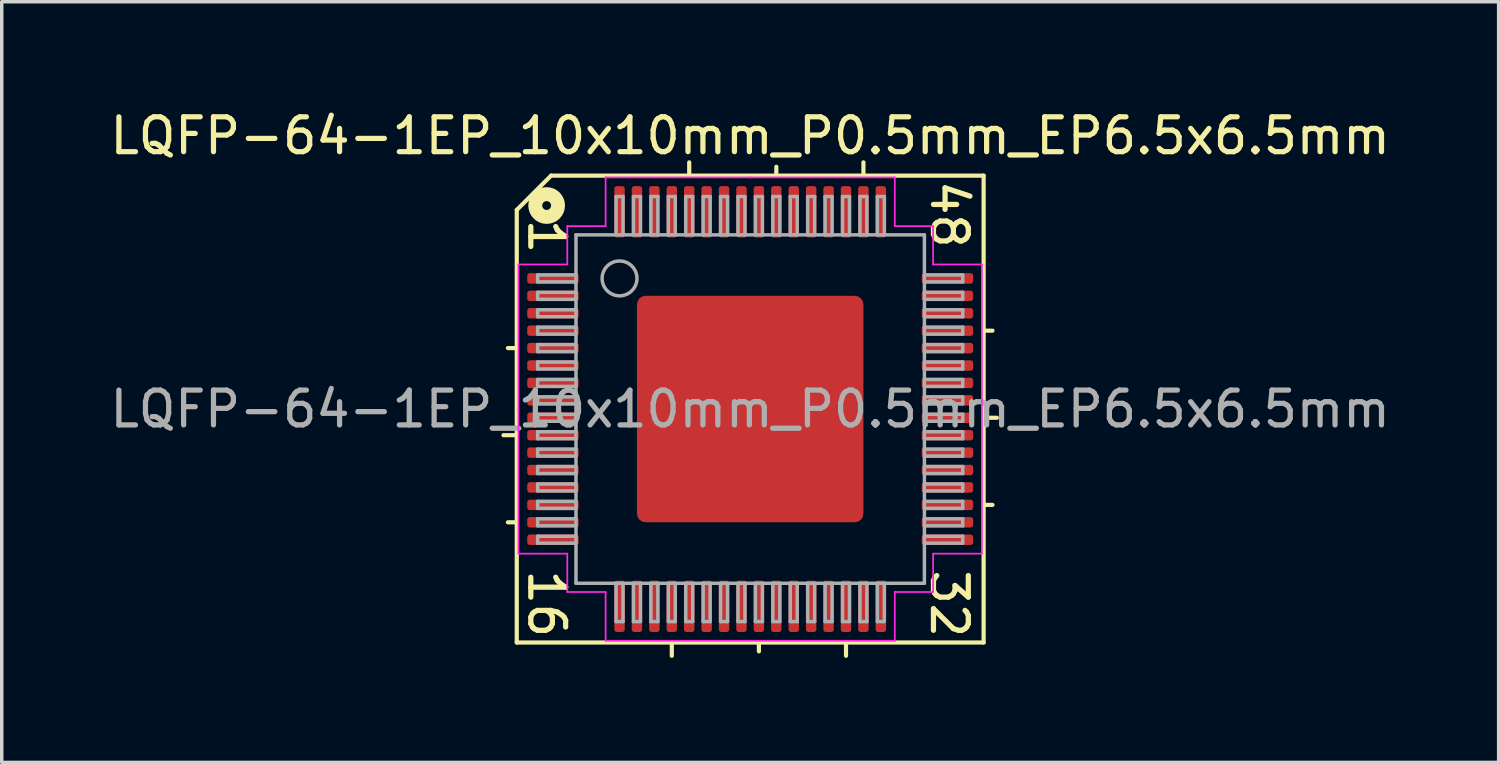
<source format=kicad_pcb>
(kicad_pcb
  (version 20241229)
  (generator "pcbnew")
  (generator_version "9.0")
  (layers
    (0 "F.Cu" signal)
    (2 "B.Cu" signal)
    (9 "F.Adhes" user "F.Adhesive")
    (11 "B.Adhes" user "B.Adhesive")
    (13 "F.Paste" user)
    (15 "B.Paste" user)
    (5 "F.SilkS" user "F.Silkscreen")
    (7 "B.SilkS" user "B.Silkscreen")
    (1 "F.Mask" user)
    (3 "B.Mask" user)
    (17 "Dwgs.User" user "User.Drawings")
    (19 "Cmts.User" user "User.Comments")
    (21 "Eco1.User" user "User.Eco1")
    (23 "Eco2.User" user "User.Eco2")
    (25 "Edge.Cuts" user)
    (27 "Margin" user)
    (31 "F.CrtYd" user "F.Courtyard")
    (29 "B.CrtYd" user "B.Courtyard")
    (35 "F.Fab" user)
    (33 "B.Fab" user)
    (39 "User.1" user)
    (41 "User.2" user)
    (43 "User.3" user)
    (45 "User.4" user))
  (footprint "LQFP-64-1EP_10x10mm_P0.5mm_EP6.5x6.5mm"
    (layer "F.Cu")
    (at 18.482 8.691)
    (property "Reference" "LQFP-64-1EP_10x10mm_P0.5mm_EP6.5x6.5mm" (at 0 -7.843 0) (layer "F.SilkS") (effects (font (size 1 1) (thickness 0.15))))
    (attr smd)
    (fp_line (start -6.7 -5.715) (end -6.7 6.7) (stroke (width 0.12) (type solid)) (layer "F.SilkS"))
    (fp_line (start -6.7 -1.75) (end -6.954 -1.75) (stroke (width 0.12) (type solid)) (layer "F.SilkS"))
    (fp_line (start -6.7 0.75) (end -7.081 0.75) (stroke (width 0.12) (type solid)) (layer "F.SilkS"))
    (fp_line (start -6.7 3.25) (end -6.954 3.25) (stroke (width 0.12) (type solid)) (layer "F.SilkS"))
    (fp_line (start -6.7 6.7) (end 6.7 6.7) (stroke (width 0.12) (type solid)) (layer "F.SilkS"))
    (fp_line (start -5.715 -6.7) (end -6.7 -5.715) (stroke (width 0.12) (type solid)) (layer "F.SilkS"))
    (fp_line (start -2.25 6.7) (end -2.25 7.081) (stroke (width 0.12) (type solid)) (layer "F.SilkS"))
    (fp_line (start -1.75 -6.7) (end -1.75 -7.081) (stroke (width 0.12) (type solid)) (layer "F.SilkS"))
    (fp_line (start 0.25 6.7) (end 0.25 6.954) (stroke (width 0.12) (type solid)) (layer "F.SilkS"))
    (fp_line (start 0.75 -6.7) (end 0.75 -6.954) (stroke (width 0.12) (type solid)) (layer "F.SilkS"))
    (fp_line (start 2.75 7.081) (end 2.75 6.7) (stroke (width 0.12) (type solid)) (layer "F.SilkS"))
    (fp_line (start 3.25 -6.7) (end 3.25 -7.081) (stroke (width 0.12) (type solid)) (layer "F.SilkS"))
    (fp_line (start 6.7 -6.7) (end -5.715 -6.7) (stroke (width 0.12) (type solid)) (layer "F.SilkS"))
    (fp_line (start 6.7 -2.25) (end 6.954 -2.25) (stroke (width 0.12) (type solid)) (layer "F.SilkS"))
    (fp_line (start 6.7 0.25) (end 7.081 0.25) (stroke (width 0.12) (type solid)) (layer "F.SilkS"))
    (fp_line (start 6.7 2.75) (end 6.954 2.75) (stroke (width 0.12) (type solid)) (layer "F.SilkS"))
    (fp_line (start 6.7 6.7) (end 6.7 -6.7) (stroke (width 0.12) (type solid)) (layer "F.SilkS"))
    (fp_circle (center -5.842 -5.842) (end -5.715 -5.842) (stroke (width 0.4) (type solid)) (fill no) (layer "F.SilkS"))
    (fp_line (start -6.65 -4.15) (end -6.65 0) (stroke (width 0.05) (type solid)) (layer "F.CrtYd"))
    (fp_line (start -6.65 4.15) (end -6.65 0) (stroke (width 0.05) (type solid)) (layer "F.CrtYd"))
    (fp_line (start -5.25 -5.25) (end -5.25 -4.15) (stroke (width 0.05) (type solid)) (layer "F.CrtYd"))
    (fp_line (start -5.25 -4.15) (end -6.65 -4.15) (stroke (width 0.05) (type solid)) (layer "F.CrtYd"))
    (fp_line (start -5.25 4.15) (end -6.65 4.15) (stroke (width 0.05) (type solid)) (layer "F.CrtYd"))
    (fp_line (start -5.25 5.25) (end -5.25 4.15) (stroke (width 0.05) (type solid)) (layer "F.CrtYd"))
    (fp_line (start -4.15 -6.65) (end -4.15 -5.25) (stroke (width 0.05) (type solid)) (layer "F.CrtYd"))
    (fp_line (start -4.15 -5.25) (end -5.25 -5.25) (stroke (width 0.05) (type solid)) (layer "F.CrtYd"))
    (fp_line (start -4.15 5.25) (end -5.25 5.25) (stroke (width 0.05) (type solid)) (layer "F.CrtYd"))
    (fp_line (start -4.15 6.65) (end -4.15 5.25) (stroke (width 0.05) (type solid)) (layer "F.CrtYd"))
    (fp_line (start 0 -6.65) (end -4.15 -6.65) (stroke (width 0.05) (type solid)) (layer "F.CrtYd"))
    (fp_line (start 0 -6.65) (end 4.15 -6.65) (stroke (width 0.05) (type solid)) (layer "F.CrtYd"))
    (fp_line (start 0 6.65) (end -4.15 6.65) (stroke (width 0.05) (type solid)) (layer "F.CrtYd"))
    (fp_line (start 0 6.65) (end 4.15 6.65) (stroke (width 0.05) (type solid)) (layer "F.CrtYd"))
    (fp_line (start 4.15 -6.65) (end 4.15 -5.25) (stroke (width 0.05) (type solid)) (layer "F.CrtYd"))
    (fp_line (start 4.15 -5.25) (end 5.25 -5.25) (stroke (width 0.05) (type solid)) (layer "F.CrtYd"))
    (fp_line (start 4.15 5.25) (end 5.25 5.25) (stroke (width 0.05) (type solid)) (layer "F.CrtYd"))
    (fp_line (start 4.15 6.65) (end 4.15 5.25) (stroke (width 0.05) (type solid)) (layer "F.CrtYd"))
    (fp_line (start 5.25 -5.25) (end 5.25 -4.15) (stroke (width 0.05) (type solid)) (layer "F.CrtYd"))
    (fp_line (start 5.25 -4.15) (end 6.65 -4.15) (stroke (width 0.05) (type solid)) (layer "F.CrtYd"))
    (fp_line (start 5.25 4.15) (end 6.65 4.15) (stroke (width 0.05) (type solid)) (layer "F.CrtYd"))
    (fp_line (start 5.25 5.25) (end 5.25 4.15) (stroke (width 0.05) (type solid)) (layer "F.CrtYd"))
    (fp_line (start 6.65 -4.15) (end 6.65 0) (stroke (width 0.05) (type solid)) (layer "F.CrtYd"))
    (fp_line (start 6.65 4.15) (end 6.65 0) (stroke (width 0.05) (type solid)) (layer "F.CrtYd"))
    (fp_line (start -6.1 -3.85) (end -6.1 -3.65) (stroke (width 0.1) (type solid)) (layer "F.Fab"))
    (fp_line (start -6.1 -3.85) (end -5 -3.85) (stroke (width 0.1) (type solid)) (layer "F.Fab"))
    (fp_line (start -6.1 -3.65) (end -5 -3.65) (stroke (width 0.1) (type solid)) (layer "F.Fab"))
    (fp_line (start -6.1 -3.35) (end -6.1 -3.15) (stroke (width 0.1) (type solid)) (layer "F.Fab"))
    (fp_line (start -6.1 -3.35) (end -5 -3.35) (stroke (width 0.1) (type solid)) (layer "F.Fab"))
    (fp_line (start -6.1 -3.15) (end -5 -3.15) (stroke (width 0.1) (type solid)) (layer "F.Fab"))
    (fp_line (start -6.1 -2.85) (end -6.1 -2.65) (stroke (width 0.1) (type solid)) (layer "F.Fab"))
    (fp_line (start -6.1 -2.85) (end -5 -2.85) (stroke (width 0.1) (type solid)) (layer "F.Fab"))
    (fp_line (start -6.1 -2.65) (end -5 -2.65) (stroke (width 0.1) (type solid)) (layer "F.Fab"))
    (fp_line (start -6.1 -2.35) (end -6.1 -2.15) (stroke (width 0.1) (type solid)) (layer "F.Fab"))
    (fp_line (start -6.1 -2.35) (end -5 -2.35) (stroke (width 0.1) (type solid)) (layer "F.Fab"))
    (fp_line (start -6.1 -2.15) (end -5 -2.15) (stroke (width 0.1) (type solid)) (layer "F.Fab"))
    (fp_line (start -6.1 -1.85) (end -6.1 -1.65) (stroke (width 0.1) (type solid)) (layer "F.Fab"))
    (fp_line (start -6.1 -1.85) (end -5 -1.85) (stroke (width 0.1) (type solid)) (layer "F.Fab"))
    (fp_line (start -6.1 -1.65) (end -5 -1.65) (stroke (width 0.1) (type solid)) (layer "F.Fab"))
    (fp_line (start -6.1 -1.35) (end -6.1 -1.15) (stroke (width 0.1) (type solid)) (layer "F.Fab"))
    (fp_line (start -6.1 -1.35) (end -5 -1.35) (stroke (width 0.1) (type solid)) (layer "F.Fab"))
    (fp_line (start -6.1 -1.15) (end -5 -1.15) (stroke (width 0.1) (type solid)) (layer "F.Fab"))
    (fp_line (start -6.1 -0.85) (end -6.1 -0.65) (stroke (width 0.1) (type solid)) (layer "F.Fab"))
    (fp_line (start -6.1 -0.85) (end -5 -0.85) (stroke (width 0.1) (type solid)) (layer "F.Fab"))
    (fp_line (start -6.1 -0.65) (end -5 -0.65) (stroke (width 0.1) (type solid)) (layer "F.Fab"))
    (fp_line (start -6.1 -0.35) (end -6.1 -0.15) (stroke (width 0.1) (type solid)) (layer "F.Fab"))
    (fp_line (start -6.1 -0.35) (end -5 -0.35) (stroke (width 0.1) (type solid)) (layer "F.Fab"))
    (fp_line (start -6.1 -0.15) (end -5 -0.15) (stroke (width 0.1) (type solid)) (layer "F.Fab"))
    (fp_line (start -6.1 0.15) (end -6.1 0.35) (stroke (width 0.1) (type solid)) (layer "F.Fab"))
    (fp_line (start -6.1 0.15) (end -5 0.15) (stroke (width 0.1) (type solid)) (layer "F.Fab"))
    (fp_line (start -6.1 0.35) (end -5 0.35) (stroke (width 0.1) (type solid)) (layer "F.Fab"))
    (fp_line (start -6.1 0.65) (end -6.1 0.85) (stroke (width 0.1) (type solid)) (layer "F.Fab"))
    (fp_line (start -6.1 0.65) (end -5 0.65) (stroke (width 0.1) (type solid)) (layer "F.Fab"))
    (fp_line (start -6.1 0.85) (end -5 0.85) (stroke (width 0.1) (type solid)) (layer "F.Fab"))
    (fp_line (start -6.1 1.15) (end -6.1 1.35) (stroke (width 0.1) (type solid)) (layer "F.Fab"))
    (fp_line (start -6.1 1.15) (end -5 1.15) (stroke (width 0.1) (type solid)) (layer "F.Fab"))
    (fp_line (start -6.1 1.35) (end -5 1.35) (stroke (width 0.1) (type solid)) (layer "F.Fab"))
    (fp_line (start -6.1 1.65) (end -6.1 1.85) (stroke (width 0.1) (type solid)) (layer "F.Fab"))
    (fp_line (start -6.1 1.65) (end -5 1.65) (stroke (width 0.1) (type solid)) (layer "F.Fab"))
    (fp_line (start -6.1 1.85) (end -5 1.85) (stroke (width 0.1) (type solid)) (layer "F.Fab"))
    (fp_line (start -6.1 2.15) (end -6.1 2.35) (stroke (width 0.1) (type solid)) (layer "F.Fab"))
    (fp_line (start -6.1 2.15) (end -5 2.15) (stroke (width 0.1) (type solid)) (layer "F.Fab"))
    (fp_line (start -6.1 2.35) (end -5 2.35) (stroke (width 0.1) (type solid)) (layer "F.Fab"))
    (fp_line (start -6.1 2.65) (end -6.1 2.85) (stroke (width 0.1) (type solid)) (layer "F.Fab"))
    (fp_line (start -6.1 2.65) (end -5 2.65) (stroke (width 0.1) (type solid)) (layer "F.Fab"))
    (fp_line (start -6.1 2.85) (end -5 2.85) (stroke (width 0.1) (type solid)) (layer "F.Fab"))
    (fp_line (start -6.1 3.15) (end -6.1 3.35) (stroke (width 0.1) (type solid)) (layer "F.Fab"))
    (fp_line (start -6.1 3.15) (end -5 3.15) (stroke (width 0.1) (type solid)) (layer "F.Fab"))
    (fp_line (start -6.1 3.35) (end -5 3.35) (stroke (width 0.1) (type solid)) (layer "F.Fab"))
    (fp_line (start -6.1 3.65) (end -6.1 3.85) (stroke (width 0.1) (type solid)) (layer "F.Fab"))
    (fp_line (start -6.1 3.65) (end -5 3.65) (stroke (width 0.1) (type solid)) (layer "F.Fab"))
    (fp_line (start -6.1 3.85) (end -5 3.85) (stroke (width 0.1) (type solid)) (layer "F.Fab"))
    (fp_line (start -5 -5) (end 5 -5) (stroke (width 0.1) (type solid)) (layer "F.Fab"))
    (fp_line (start -5 5) (end -5 -5) (stroke (width 0.1) (type solid)) (layer "F.Fab"))
    (fp_line (start -3.85 -6.1) (end -3.85 -5) (stroke (width 0.1) (type solid)) (layer "F.Fab"))
    (fp_line (start -3.85 6.1) (end -3.85 5) (stroke (width 0.1) (type solid)) (layer "F.Fab"))
    (fp_line (start -3.85 6.1) (end -3.65 6.1) (stroke (width 0.1) (type solid)) (layer "F.Fab"))
    (fp_line (start -3.65 -6.1) (end -3.85 -6.1) (stroke (width 0.1) (type solid)) (layer "F.Fab"))
    (fp_line (start -3.65 -6.1) (end -3.65 -5) (stroke (width 0.1) (type solid)) (layer "F.Fab"))
    (fp_line (start -3.65 6.1) (end -3.65 5) (stroke (width 0.1) (type solid)) (layer "F.Fab"))
    (fp_line (start -3.35 -6.1) (end -3.35 -5) (stroke (width 0.1) (type solid)) (layer "F.Fab"))
    (fp_line (start -3.35 6.1) (end -3.35 5) (stroke (width 0.1) (type solid)) (layer "F.Fab"))
    (fp_line (start -3.35 6.1) (end -3.15 6.1) (stroke (width 0.1) (type solid)) (layer "F.Fab"))
    (fp_line (start -3.15 -6.1) (end -3.35 -6.1) (stroke (width 0.1) (type solid)) (layer "F.Fab"))
    (fp_line (start -3.15 -6.1) (end -3.15 -5) (stroke (width 0.1) (type solid)) (layer "F.Fab"))
    (fp_line (start -3.15 6.1) (end -3.15 5) (stroke (width 0.1) (type solid)) (layer "F.Fab"))
    (fp_line (start -2.85 -6.1) (end -2.85 -5) (stroke (width 0.1) (type solid)) (layer "F.Fab"))
    (fp_line (start -2.85 6.1) (end -2.85 5) (stroke (width 0.1) (type solid)) (layer "F.Fab"))
    (fp_line (start -2.85 6.1) (end -2.65 6.1) (stroke (width 0.1) (type solid)) (layer "F.Fab"))
    (fp_line (start -2.65 -6.1) (end -2.85 -6.1) (stroke (width 0.1) (type solid)) (layer "F.Fab"))
    (fp_line (start -2.65 -6.1) (end -2.65 -5) (stroke (width 0.1) (type solid)) (layer "F.Fab"))
    (fp_line (start -2.65 6.1) (end -2.65 5) (stroke (width 0.1) (type solid)) (layer "F.Fab"))
    (fp_line (start -2.35 -6.1) (end -2.35 -5) (stroke (width 0.1) (type solid)) (layer "F.Fab"))
    (fp_line (start -2.35 6.1) (end -2.35 5) (stroke (width 0.1) (type solid)) (layer "F.Fab"))
    (fp_line (start -2.35 6.1) (end -2.15 6.1) (stroke (width 0.1) (type solid)) (layer "F.Fab"))
    (fp_line (start -2.15 -6.1) (end -2.35 -6.1) (stroke (width 0.1) (type solid)) (layer "F.Fab"))
    (fp_line (start -2.15 -6.1) (end -2.15 -5) (stroke (width 0.1) (type solid)) (layer "F.Fab"))
    (fp_line (start -2.15 6.1) (end -2.15 5) (stroke (width 0.1) (type solid)) (layer "F.Fab"))
    (fp_line (start -1.85 -6.1) (end -1.85 -5) (stroke (width 0.1) (type solid)) (layer "F.Fab"))
    (fp_line (start -1.85 6.1) (end -1.85 5) (stroke (width 0.1) (type solid)) (layer "F.Fab"))
    (fp_line (start -1.85 6.1) (end -1.65 6.1) (stroke (width 0.1) (type solid)) (layer "F.Fab"))
    (fp_line (start -1.65 -6.1) (end -1.85 -6.1) (stroke (width 0.1) (type solid)) (layer "F.Fab"))
    (fp_line (start -1.65 -6.1) (end -1.65 -5) (stroke (width 0.1) (type solid)) (layer "F.Fab"))
    (fp_line (start -1.65 6.1) (end -1.65 5) (stroke (width 0.1) (type solid)) (layer "F.Fab"))
    (fp_line (start -1.35 -6.1) (end -1.35 -5) (stroke (width 0.1) (type solid)) (layer "F.Fab"))
    (fp_line (start -1.35 6.1) (end -1.35 5) (stroke (width 0.1) (type solid)) (layer "F.Fab"))
    (fp_line (start -1.35 6.1) (end -1.15 6.1) (stroke (width 0.1) (type solid)) (layer "F.Fab"))
    (fp_line (start -1.15 -6.1) (end -1.35 -6.1) (stroke (width 0.1) (type solid)) (layer "F.Fab"))
    (fp_line (start -1.15 -6.1) (end -1.15 -5) (stroke (width 0.1) (type solid)) (layer "F.Fab"))
    (fp_line (start -1.15 6.1) (end -1.15 5) (stroke (width 0.1) (type solid)) (layer "F.Fab"))
    (fp_line (start -0.85 -6.1) (end -0.85 -5) (stroke (width 0.1) (type solid)) (layer "F.Fab"))
    (fp_line (start -0.85 6.1) (end -0.85 5) (stroke (width 0.1) (type solid)) (layer "F.Fab"))
    (fp_line (start -0.85 6.1) (end -0.65 6.1) (stroke (width 0.1) (type solid)) (layer "F.Fab"))
    (fp_line (start -0.65 -6.1) (end -0.85 -6.1) (stroke (width 0.1) (type solid)) (layer "F.Fab"))
    (fp_line (start -0.65 -6.1) (end -0.65 -5) (stroke (width 0.1) (type solid)) (layer "F.Fab"))
    (fp_line (start -0.65 6.1) (end -0.65 5) (stroke (width 0.1) (type solid)) (layer "F.Fab"))
    (fp_line (start -0.35 -6.1) (end -0.35 -5) (stroke (width 0.1) (type solid)) (layer "F.Fab"))
    (fp_line (start -0.35 6.1) (end -0.35 5) (stroke (width 0.1) (type solid)) (layer "F.Fab"))
    (fp_line (start -0.35 6.1) (end -0.15 6.1) (stroke (width 0.1) (type solid)) (layer "F.Fab"))
    (fp_line (start -0.15 -6.1) (end -0.35 -6.1) (stroke (width 0.1) (type solid)) (layer "F.Fab"))
    (fp_line (start -0.15 -6.1) (end -0.15 -5) (stroke (width 0.1) (type solid)) (layer "F.Fab"))
    (fp_line (start -0.15 6.1) (end -0.15 5) (stroke (width 0.1) (type solid)) (layer "F.Fab"))
    (fp_line (start 0.15 -6.1) (end 0.15 -5) (stroke (width 0.1) (type solid)) (layer "F.Fab"))
    (fp_line (start 0.15 6.1) (end 0.15 5) (stroke (width 0.1) (type solid)) (layer "F.Fab"))
    (fp_line (start 0.15 6.1) (end 0.35 6.1) (stroke (width 0.1) (type solid)) (layer "F.Fab"))
    (fp_line (start 0.35 -6.1) (end 0.15 -6.1) (stroke (width 0.1) (type solid)) (layer "F.Fab"))
    (fp_line (start 0.35 -6.1) (end 0.35 -5) (stroke (width 0.1) (type solid)) (layer "F.Fab"))
    (fp_line (start 0.35 6.1) (end 0.35 5) (stroke (width 0.1) (type solid)) (layer "F.Fab"))
    (fp_line (start 0.65 -6.1) (end 0.65 -5) (stroke (width 0.1) (type solid)) (layer "F.Fab"))
    (fp_line (start 0.65 6.1) (end 0.65 5) (stroke (width 0.1) (type solid)) (layer "F.Fab"))
    (fp_line (start 0.65 6.1) (end 0.85 6.1) (stroke (width 0.1) (type solid)) (layer "F.Fab"))
    (fp_line (start 0.85 -6.1) (end 0.65 -6.1) (stroke (width 0.1) (type solid)) (layer "F.Fab"))
    (fp_line (start 0.85 -6.1) (end 0.85 -5) (stroke (width 0.1) (type solid)) (layer "F.Fab"))
    (fp_line (start 0.85 6.1) (end 0.85 5) (stroke (width 0.1) (type solid)) (layer "F.Fab"))
    (fp_line (start 1.15 -6.1) (end 1.15 -5) (stroke (width 0.1) (type solid)) (layer "F.Fab"))
    (fp_line (start 1.15 6.1) (end 1.15 5) (stroke (width 0.1) (type solid)) (layer "F.Fab"))
    (fp_line (start 1.15 6.1) (end 1.35 6.1) (stroke (width 0.1) (type solid)) (layer "F.Fab"))
    (fp_line (start 1.35 -6.1) (end 1.15 -6.1) (stroke (width 0.1) (type solid)) (layer "F.Fab"))
    (fp_line (start 1.35 -6.1) (end 1.35 -5) (stroke (width 0.1) (type solid)) (layer "F.Fab"))
    (fp_line (start 1.35 6.1) (end 1.35 5) (stroke (width 0.1) (type solid)) (layer "F.Fab"))
    (fp_line (start 1.65 -6.1) (end 1.65 -5) (stroke (width 0.1) (type solid)) (layer "F.Fab"))
    (fp_line (start 1.65 6.1) (end 1.65 5) (stroke (width 0.1) (type solid)) (layer "F.Fab"))
    (fp_line (start 1.65 6.1) (end 1.85 6.1) (stroke (width 0.1) (type solid)) (layer "F.Fab"))
    (fp_line (start 1.85 -6.1) (end 1.65 -6.1) (stroke (width 0.1) (type solid)) (layer "F.Fab"))
    (fp_line (start 1.85 -6.1) (end 1.85 -5) (stroke (width 0.1) (type solid)) (layer "F.Fab"))
    (fp_line (start 1.85 6.1) (end 1.85 5) (stroke (width 0.1) (type solid)) (layer "F.Fab"))
    (fp_line (start 2.15 -6.1) (end 2.15 -5) (stroke (width 0.1) (type solid)) (layer "F.Fab"))
    (fp_line (start 2.15 6.1) (end 2.15 5) (stroke (width 0.1) (type solid)) (layer "F.Fab"))
    (fp_line (start 2.15 6.1) (end 2.35 6.1) (stroke (width 0.1) (type solid)) (layer "F.Fab"))
    (fp_line (start 2.35 -6.1) (end 2.15 -6.1) (stroke (width 0.1) (type solid)) (layer "F.Fab"))
    (fp_line (start 2.35 -6.1) (end 2.35 -5) (stroke (width 0.1) (type solid)) (layer "F.Fab"))
    (fp_line (start 2.35 6.1) (end 2.35 5) (stroke (width 0.1) (type solid)) (layer "F.Fab"))
    (fp_line (start 2.65 -6.1) (end 2.65 -5) (stroke (width 0.1) (type solid)) (layer "F.Fab"))
    (fp_line (start 2.65 6.1) (end 2.65 5) (stroke (width 0.1) (type solid)) (layer "F.Fab"))
    (fp_line (start 2.65 6.1) (end 2.85 6.1) (stroke (width 0.1) (type solid)) (layer "F.Fab"))
    (fp_line (start 2.85 -6.1) (end 2.65 -6.1) (stroke (width 0.1) (type solid)) (layer "F.Fab"))
    (fp_line (start 2.85 -6.1) (end 2.85 -5) (stroke (width 0.1) (type solid)) (layer "F.Fab"))
    (fp_line (start 2.85 6.1) (end 2.85 5) (stroke (width 0.1) (type solid)) (layer "F.Fab"))
    (fp_line (start 3.15 -6.1) (end 3.15 -5) (stroke (width 0.1) (type solid)) (layer "F.Fab"))
    (fp_line (start 3.15 6.1) (end 3.15 5) (stroke (width 0.1) (type solid)) (layer "F.Fab"))
    (fp_line (start 3.15 6.1) (end 3.35 6.1) (stroke (width 0.1) (type solid)) (layer "F.Fab"))
    (fp_line (start 3.35 -6.1) (end 3.15 -6.1) (stroke (width 0.1) (type solid)) (layer "F.Fab"))
    (fp_line (start 3.35 -6.1) (end 3.35 -5) (stroke (width 0.1) (type solid)) (layer "F.Fab"))
    (fp_line (start 3.35 6.1) (end 3.35 5) (stroke (width 0.1) (type solid)) (layer "F.Fab"))
    (fp_line (start 3.65 -6.1) (end 3.65 -5) (stroke (width 0.1) (type solid)) (layer "F.Fab"))
    (fp_line (start 3.65 6.1) (end 3.65 5) (stroke (width 0.1) (type solid)) (layer "F.Fab"))
    (fp_line (start 3.65 6.1) (end 3.85 6.1) (stroke (width 0.1) (type solid)) (layer "F.Fab"))
    (fp_line (start 3.85 -6.1) (end 3.65 -6.1) (stroke (width 0.1) (type solid)) (layer "F.Fab"))
    (fp_line (start 3.85 -6.1) (end 3.85 -5) (stroke (width 0.1) (type solid)) (layer "F.Fab"))
    (fp_line (start 3.85 6.1) (end 3.85 5) (stroke (width 0.1) (type solid)) (layer "F.Fab"))
    (fp_line (start 5 -5) (end 5 5) (stroke (width 0.1) (type solid)) (layer "F.Fab"))
    (fp_line (start 5 5) (end -5 5) (stroke (width 0.1) (type solid)) (layer "F.Fab"))
    (fp_line (start 6.1 -3.85) (end 5 -3.85) (stroke (width 0.1) (type solid)) (layer "F.Fab"))
    (fp_line (start 6.1 -3.65) (end 5 -3.65) (stroke (width 0.1) (type solid)) (layer "F.Fab"))
    (fp_line (start 6.1 -3.65) (end 6.1 -3.85) (stroke (width 0.1) (type solid)) (layer "F.Fab"))
    (fp_line (start 6.1 -3.35) (end 5 -3.35) (stroke (width 0.1) (type solid)) (layer "F.Fab"))
    (fp_line (start 6.1 -3.15) (end 5 -3.15) (stroke (width 0.1) (type solid)) (layer "F.Fab"))
    (fp_line (start 6.1 -3.15) (end 6.1 -3.35) (stroke (width 0.1) (type solid)) (layer "F.Fab"))
    (fp_line (start 6.1 -2.85) (end 5 -2.85) (stroke (width 0.1) (type solid)) (layer "F.Fab"))
    (fp_line (start 6.1 -2.65) (end 5 -2.65) (stroke (width 0.1) (type solid)) (layer "F.Fab"))
    (fp_line (start 6.1 -2.65) (end 6.1 -2.85) (stroke (width 0.1) (type solid)) (layer "F.Fab"))
    (fp_line (start 6.1 -2.35) (end 5 -2.35) (stroke (width 0.1) (type solid)) (layer "F.Fab"))
    (fp_line (start 6.1 -2.15) (end 5 -2.15) (stroke (width 0.1) (type solid)) (layer "F.Fab"))
    (fp_line (start 6.1 -2.15) (end 6.1 -2.35) (stroke (width 0.1) (type solid)) (layer "F.Fab"))
    (fp_line (start 6.1 -1.85) (end 5 -1.85) (stroke (width 0.1) (type solid)) (layer "F.Fab"))
    (fp_line (start 6.1 -1.65) (end 5 -1.65) (stroke (width 0.1) (type solid)) (layer "F.Fab"))
    (fp_line (start 6.1 -1.65) (end 6.1 -1.85) (stroke (width 0.1) (type solid)) (layer "F.Fab"))
    (fp_line (start 6.1 -1.35) (end 5 -1.35) (stroke (width 0.1) (type solid)) (layer "F.Fab"))
    (fp_line (start 6.1 -1.15) (end 5 -1.15) (stroke (width 0.1) (type solid)) (layer "F.Fab"))
    (fp_line (start 6.1 -1.15) (end 6.1 -1.35) (stroke (width 0.1) (type solid)) (layer "F.Fab"))
    (fp_line (start 6.1 -0.85) (end 5 -0.85) (stroke (width 0.1) (type solid)) (layer "F.Fab"))
    (fp_line (start 6.1 -0.65) (end 5 -0.65) (stroke (width 0.1) (type solid)) (layer "F.Fab"))
    (fp_line (start 6.1 -0.65) (end 6.1 -0.85) (stroke (width 0.1) (type solid)) (layer "F.Fab"))
    (fp_line (start 6.1 -0.35) (end 5 -0.35) (stroke (width 0.1) (type solid)) (layer "F.Fab"))
    (fp_line (start 6.1 -0.15) (end 5 -0.15) (stroke (width 0.1) (type solid)) (layer "F.Fab"))
    (fp_line (start 6.1 -0.15) (end 6.1 -0.35) (stroke (width 0.1) (type solid)) (layer "F.Fab"))
    (fp_line (start 6.1 0.15) (end 5 0.15) (stroke (width 0.1) (type solid)) (layer "F.Fab"))
    (fp_line (start 6.1 0.35) (end 5 0.35) (stroke (width 0.1) (type solid)) (layer "F.Fab"))
    (fp_line (start 6.1 0.35) (end 6.1 0.15) (stroke (width 0.1) (type solid)) (layer "F.Fab"))
    (fp_line (start 6.1 0.65) (end 5 0.65) (stroke (width 0.1) (type solid)) (layer "F.Fab"))
    (fp_line (start 6.1 0.85) (end 5 0.85) (stroke (width 0.1) (type solid)) (layer "F.Fab"))
    (fp_line (start 6.1 0.85) (end 6.1 0.65) (stroke (width 0.1) (type solid)) (layer "F.Fab"))
    (fp_line (start 6.1 1.15) (end 5 1.15) (stroke (width 0.1) (type solid)) (layer "F.Fab"))
    (fp_line (start 6.1 1.35) (end 5 1.35) (stroke (width 0.1) (type solid)) (layer "F.Fab"))
    (fp_line (start 6.1 1.35) (end 6.1 1.15) (stroke (width 0.1) (type solid)) (layer "F.Fab"))
    (fp_line (start 6.1 1.65) (end 5 1.65) (stroke (width 0.1) (type solid)) (layer "F.Fab"))
    (fp_line (start 6.1 1.85) (end 5 1.85) (stroke (width 0.1) (type solid)) (layer "F.Fab"))
    (fp_line (start 6.1 1.85) (end 6.1 1.65) (stroke (width 0.1) (type solid)) (layer "F.Fab"))
    (fp_line (start 6.1 2.15) (end 5 2.15) (stroke (width 0.1) (type solid)) (layer "F.Fab"))
    (fp_line (start 6.1 2.35) (end 5 2.35) (stroke (width 0.1) (type solid)) (layer "F.Fab"))
    (fp_line (start 6.1 2.35) (end 6.1 2.15) (stroke (width 0.1) (type solid)) (layer "F.Fab"))
    (fp_line (start 6.1 2.65) (end 5 2.65) (stroke (width 0.1) (type solid)) (layer "F.Fab"))
    (fp_line (start 6.1 2.85) (end 5 2.85) (stroke (width 0.1) (type solid)) (layer "F.Fab"))
    (fp_line (start 6.1 2.85) (end 6.1 2.65) (stroke (width 0.1) (type solid)) (layer "F.Fab"))
    (fp_line (start 6.1 3.15) (end 5 3.15) (stroke (width 0.1) (type solid)) (layer "F.Fab"))
    (fp_line (start 6.1 3.35) (end 5 3.35) (stroke (width 0.1) (type solid)) (layer "F.Fab"))
    (fp_line (start 6.1 3.35) (end 6.1 3.15) (stroke (width 0.1) (type solid)) (layer "F.Fab"))
    (fp_line (start 6.1 3.65) (end 5 3.65) (stroke (width 0.1) (type solid)) (layer "F.Fab"))
    (fp_line (start 6.1 3.85) (end 5 3.85) (stroke (width 0.1) (type solid)) (layer "F.Fab"))
    (fp_line (start 6.1 3.85) (end 6.1 3.65) (stroke (width 0.1) (type solid)) (layer "F.Fab"))
    (fp_circle (center -3.75 -3.75) (end -3.25 -3.75) (stroke (width 0.1) (type solid)) (fill no) (layer "F.Fab"))
    (fp_text user "16" (at -5.842 5.588 270) (unlocked yes) (layer "F.SilkS") (effects (font (size 1 1) (thickness 0.15))))
    (fp_text user "32" (at 5.715 5.588 270) (unlocked yes) (layer "F.SilkS") (effects (font (size 1 1) (thickness 0.15))))
    (fp_text user "48" (at 5.715 -5.588 270) (unlocked yes) (layer "F.SilkS") (effects (font (size 1 1) (thickness 0.15))))
    (fp_text user "1" (at -5.842 -4.953 270) (unlocked yes) (layer "F.SilkS") (effects (font (size 1 1) (thickness 0.15))))
    (fp_text user "${REFERENCE}" (at 0 0 0) (layer "F.Fab") (effects (font (size 1 1) (thickness 0.15))))
    (pad "" smd roundrect (at -2.6 -2.6) (size 1.05 1.05) (layers "F.Paste") (roundrect_rratio 0.238))
    (pad "" smd roundrect (at -2.6 -1.3) (size 1.05 1.05) (layers "F.Paste") (roundrect_rratio 0.238))
    (pad "" smd roundrect (at -2.6 0) (size 1.05 1.05) (layers "F.Paste") (roundrect_rratio 0.238))
    (pad "" smd roundrect (at -2.6 1.3) (size 1.05 1.05) (layers "F.Paste") (roundrect_rratio 0.238))
    (pad "" smd roundrect (at -2.6 2.6) (size 1.05 1.05) (layers "F.Paste") (roundrect_rratio 0.238))
    (pad "" smd roundrect (at -1.3 -2.6) (size 1.05 1.05) (layers "F.Paste") (roundrect_rratio 0.238))
    (pad "" smd roundrect (at -1.3 -1.3) (size 1.05 1.05) (layers "F.Paste") (roundrect_rratio 0.238))
    (pad "" smd roundrect (at -1.3 0) (size 1.05 1.05) (layers "F.Paste") (roundrect_rratio 0.238))
    (pad "" smd roundrect (at -1.3 1.3) (size 1.05 1.05) (layers "F.Paste") (roundrect_rratio 0.238))
    (pad "" smd roundrect (at -1.3 2.6) (size 1.05 1.05) (layers "F.Paste") (roundrect_rratio 0.238))
    (pad "" smd roundrect (at 0 -2.6) (size 1.05 1.05) (layers "F.Paste") (roundrect_rratio 0.238))
    (pad "" smd roundrect (at 0 -1.3) (size 1.05 1.05) (layers "F.Paste") (roundrect_rratio 0.238))
    (pad "" smd roundrect (at 0 0) (size 1.05 1.05) (layers "F.Paste") (roundrect_rratio 0.238))
    (pad "" smd roundrect (at 0 1.3) (size 1.05 1.05) (layers "F.Paste") (roundrect_rratio 0.238))
    (pad "" smd roundrect (at 0 2.6) (size 1.05 1.05) (layers "F.Paste") (roundrect_rratio 0.238))
    (pad "" smd roundrect (at 1.3 -2.6) (size 1.05 1.05) (layers "F.Paste") (roundrect_rratio 0.238))
    (pad "" smd roundrect (at 1.3 -1.3) (size 1.05 1.05) (layers "F.Paste") (roundrect_rratio 0.238))
    (pad "" smd roundrect (at 1.3 0) (size 1.05 1.05) (layers "F.Paste") (roundrect_rratio 0.238))
    (pad "" smd roundrect (at 1.3 1.3) (size 1.05 1.05) (layers "F.Paste") (roundrect_rratio 0.238))
    (pad "" smd roundrect (at 1.3 2.6) (size 1.05 1.05) (layers "F.Paste") (roundrect_rratio 0.238))
    (pad "" smd roundrect (at 2.6 -2.6) (size 1.05 1.05) (layers "F.Paste") (roundrect_rratio 0.238))
    (pad "" smd roundrect (at 2.6 -1.3) (size 1.05 1.05) (layers "F.Paste") (roundrect_rratio 0.238))
    (pad "" smd roundrect (at 2.6 0) (size 1.05 1.05) (layers "F.Paste") (roundrect_rratio 0.238))
    (pad "" smd roundrect (at 2.6 1.3) (size 1.05 1.05) (layers "F.Paste") (roundrect_rratio 0.238))
    (pad "" smd roundrect (at 2.6 2.6) (size 1.05 1.05) (layers "F.Paste") (roundrect_rratio 0.238))
    (pad "1" smd roundrect (at -5.662 -3.75) (size 1.475 0.3) (layers "F.Cu" "F.Mask" "F.Paste") (roundrect_rratio 0.25))
    (pad "2" smd roundrect (at -5.662 -3.25) (size 1.475 0.3) (layers "F.Cu" "F.Mask" "F.Paste") (roundrect_rratio 0.25))
    (pad "3" smd roundrect (at -5.662 -2.75) (size 1.475 0.3) (layers "F.Cu" "F.Mask" "F.Paste") (roundrect_rratio 0.25))
    (pad "4" smd roundrect (at -5.662 -2.25) (size 1.475 0.3) (layers "F.Cu" "F.Mask" "F.Paste") (roundrect_rratio 0.25))
    (pad "5" smd roundrect (at -5.662 -1.75) (size 1.475 0.3) (layers "F.Cu" "F.Mask" "F.Paste") (roundrect_rratio 0.25))
    (pad "6" smd roundrect (at -5.662 -1.25) (size 1.475 0.3) (layers "F.Cu" "F.Mask" "F.Paste") (roundrect_rratio 0.25))
    (pad "7" smd roundrect (at -5.662 -0.75) (size 1.475 0.3) (layers "F.Cu" "F.Mask" "F.Paste") (roundrect_rratio 0.25))
    (pad "8" smd roundrect (at -5.662 -0.25) (size 1.475 0.3) (layers "F.Cu" "F.Mask" "F.Paste") (roundrect_rratio 0.25))
    (pad "9" smd roundrect (at -5.662 0.25) (size 1.475 0.3) (layers "F.Cu" "F.Mask" "F.Paste") (roundrect_rratio 0.25))
    (pad "10" smd roundrect (at -5.662 0.75) (size 1.475 0.3) (layers "F.Cu" "F.Mask" "F.Paste") (roundrect_rratio 0.25))
    (pad "11" smd roundrect (at -5.662 1.25) (size 1.475 0.3) (layers "F.Cu" "F.Mask" "F.Paste") (roundrect_rratio 0.25))
    (pad "12" smd roundrect (at -5.662 1.75) (size 1.475 0.3) (layers "F.Cu" "F.Mask" "F.Paste") (roundrect_rratio 0.25))
    (pad "13" smd roundrect (at -5.662 2.25) (size 1.475 0.3) (layers "F.Cu" "F.Mask" "F.Paste") (roundrect_rratio 0.25))
    (pad "14" smd roundrect (at -5.662 2.75) (size 1.475 0.3) (layers "F.Cu" "F.Mask" "F.Paste") (roundrect_rratio 0.25))
    (pad "15" smd roundrect (at -5.662 3.25) (size 1.475 0.3) (layers "F.Cu" "F.Mask" "F.Paste") (roundrect_rratio 0.25))
    (pad "16" smd roundrect (at -5.662 3.75) (size 1.475 0.3) (layers "F.Cu" "F.Mask" "F.Paste") (roundrect_rratio 0.25))
    (pad "17" smd roundrect (at -3.75 5.662) (size 0.3 1.475) (layers "F.Cu" "F.Mask" "F.Paste") (roundrect_rratio 0.25))
    (pad "18" smd roundrect (at -3.25 5.662) (size 0.3 1.475) (layers "F.Cu" "F.Mask" "F.Paste") (roundrect_rratio 0.25))
    (pad "19" smd roundrect (at -2.75 5.662) (size 0.3 1.475) (layers "F.Cu" "F.Mask" "F.Paste") (roundrect_rratio 0.25))
    (pad "20" smd roundrect (at -2.25 5.662) (size 0.3 1.475) (layers "F.Cu" "F.Mask" "F.Paste") (roundrect_rratio 0.25))
    (pad "21" smd roundrect (at -1.75 5.662) (size 0.3 1.475) (layers "F.Cu" "F.Mask" "F.Paste") (roundrect_rratio 0.25))
    (pad "22" smd roundrect (at -1.25 5.662) (size 0.3 1.475) (layers "F.Cu" "F.Mask" "F.Paste") (roundrect_rratio 0.25))
    (pad "23" smd roundrect (at -0.75 5.662) (size 0.3 1.475) (layers "F.Cu" "F.Mask" "F.Paste") (roundrect_rratio 0.25))
    (pad "24" smd roundrect (at -0.25 5.662) (size 0.3 1.475) (layers "F.Cu" "F.Mask" "F.Paste") (roundrect_rratio 0.25))
    (pad "25" smd roundrect (at 0.25 5.662) (size 0.3 1.475) (layers "F.Cu" "F.Mask" "F.Paste") (roundrect_rratio 0.25))
    (pad "26" smd roundrect (at 0.75 5.662) (size 0.3 1.475) (layers "F.Cu" "F.Mask" "F.Paste") (roundrect_rratio 0.25))
    (pad "27" smd roundrect (at 1.25 5.662) (size 0.3 1.475) (layers "F.Cu" "F.Mask" "F.Paste") (roundrect_rratio 0.25))
    (pad "28" smd roundrect (at 1.75 5.662) (size 0.3 1.475) (layers "F.Cu" "F.Mask" "F.Paste") (roundrect_rratio 0.25))
    (pad "29" smd roundrect (at 2.25 5.662) (size 0.3 1.475) (layers "F.Cu" "F.Mask" "F.Paste") (roundrect_rratio 0.25))
    (pad "30" smd roundrect (at 2.75 5.662) (size 0.3 1.475) (layers "F.Cu" "F.Mask" "F.Paste") (roundrect_rratio 0.25))
    (pad "31" smd roundrect (at 3.25 5.662) (size 0.3 1.475) (layers "F.Cu" "F.Mask" "F.Paste") (roundrect_rratio 0.25))
    (pad "32" smd roundrect (at 3.75 5.662) (size 0.3 1.475) (layers "F.Cu" "F.Mask" "F.Paste") (roundrect_rratio 0.25))
    (pad "33" smd roundrect (at 5.662 3.75) (size 1.475 0.3) (layers "F.Cu" "F.Mask" "F.Paste") (roundrect_rratio 0.25))
    (pad "34" smd roundrect (at 5.662 3.25) (size 1.475 0.3) (layers "F.Cu" "F.Mask" "F.Paste") (roundrect_rratio 0.25))
    (pad "35" smd roundrect (at 5.662 2.75) (size 1.475 0.3) (layers "F.Cu" "F.Mask" "F.Paste") (roundrect_rratio 0.25))
    (pad "36" smd roundrect (at 5.662 2.25) (size 1.475 0.3) (layers "F.Cu" "F.Mask" "F.Paste") (roundrect_rratio 0.25))
    (pad "37" smd roundrect (at 5.662 1.75) (size 1.475 0.3) (layers "F.Cu" "F.Mask" "F.Paste") (roundrect_rratio 0.25))
    (pad "38" smd roundrect (at 5.662 1.25) (size 1.475 0.3) (layers "F.Cu" "F.Mask" "F.Paste") (roundrect_rratio 0.25))
    (pad "39" smd roundrect (at 5.662 0.75) (size 1.475 0.3) (layers "F.Cu" "F.Mask" "F.Paste") (roundrect_rratio 0.25))
    (pad "40" smd roundrect (at 5.662 0.25) (size 1.475 0.3) (layers "F.Cu" "F.Mask" "F.Paste") (roundrect_rratio 0.25))
    (pad "41" smd roundrect (at 5.662 -0.25) (size 1.475 0.3) (layers "F.Cu" "F.Mask" "F.Paste") (roundrect_rratio 0.25))
    (pad "42" smd roundrect (at 5.662 -0.75) (size 1.475 0.3) (layers "F.Cu" "F.Mask" "F.Paste") (roundrect_rratio 0.25))
    (pad "43" smd roundrect (at 5.662 -1.25) (size 1.475 0.3) (layers "F.Cu" "F.Mask" "F.Paste") (roundrect_rratio 0.25))
    (pad "44" smd roundrect (at 5.662 -1.75) (size 1.475 0.3) (layers "F.Cu" "F.Mask" "F.Paste") (roundrect_rratio 0.25))
    (pad "45" smd roundrect (at 5.662 -2.25) (size 1.475 0.3) (layers "F.Cu" "F.Mask" "F.Paste") (roundrect_rratio 0.25))
    (pad "46" smd roundrect (at 5.662 -2.75) (size 1.475 0.3) (layers "F.Cu" "F.Mask" "F.Paste") (roundrect_rratio 0.25))
    (pad "47" smd roundrect (at 5.662 -3.25) (size 1.475 0.3) (layers "F.Cu" "F.Mask" "F.Paste") (roundrect_rratio 0.25))
    (pad "48" smd roundrect (at 5.662 -3.75) (size 1.475 0.3) (layers "F.Cu" "F.Mask" "F.Paste") (roundrect_rratio 0.25))
    (pad "49" smd roundrect (at 3.75 -5.662) (size 0.3 1.475) (layers "F.Cu" "F.Mask" "F.Paste") (roundrect_rratio 0.25))
    (pad "50" smd roundrect (at 3.25 -5.662) (size 0.3 1.475) (layers "F.Cu" "F.Mask" "F.Paste") (roundrect_rratio 0.25))
    (pad "51" smd roundrect (at 2.75 -5.662) (size 0.3 1.475) (layers "F.Cu" "F.Mask" "F.Paste") (roundrect_rratio 0.25))
    (pad "52" smd roundrect (at 2.25 -5.662) (size 0.3 1.475) (layers "F.Cu" "F.Mask" "F.Paste") (roundrect_rratio 0.25))
    (pad "53" smd roundrect (at 1.75 -5.662) (size 0.3 1.475) (layers "F.Cu" "F.Mask" "F.Paste") (roundrect_rratio 0.25))
    (pad "54" smd roundrect (at 1.25 -5.662) (size 0.3 1.475) (layers "F.Cu" "F.Mask" "F.Paste") (roundrect_rratio 0.25))
    (pad "55" smd roundrect (at 0.75 -5.662) (size 0.3 1.475) (layers "F.Cu" "F.Mask" "F.Paste") (roundrect_rratio 0.25))
    (pad "56" smd roundrect (at 0.25 -5.662) (size 0.3 1.475) (layers "F.Cu" "F.Mask" "F.Paste") (roundrect_rratio 0.25))
    (pad "57" smd roundrect (at -0.25 -5.662) (size 0.3 1.475) (layers "F.Cu" "F.Mask" "F.Paste") (roundrect_rratio 0.25))
    (pad "58" smd roundrect (at -0.75 -5.662) (size 0.3 1.475) (layers "F.Cu" "F.Mask" "F.Paste") (roundrect_rratio 0.25))
    (pad "59" smd roundrect (at -1.25 -5.662) (size 0.3 1.475) (layers "F.Cu" "F.Mask" "F.Paste") (roundrect_rratio 0.25))
    (pad "60" smd roundrect (at -1.75 -5.662) (size 0.3 1.475) (layers "F.Cu" "F.Mask" "F.Paste") (roundrect_rratio 0.25))
    (pad "61" smd roundrect (at -2.25 -5.662) (size 0.3 1.475) (layers "F.Cu" "F.Mask" "F.Paste") (roundrect_rratio 0.25))
    (pad "62" smd roundrect (at -2.75 -5.662) (size 0.3 1.475) (layers "F.Cu" "F.Mask" "F.Paste") (roundrect_rratio 0.25))
    (pad "63" smd roundrect (at -3.25 -5.662) (size 0.3 1.475) (layers "F.Cu" "F.Mask" "F.Paste") (roundrect_rratio 0.25))
    (pad "64" smd roundrect (at -3.75 -5.662) (size 0.3 1.475) (layers "F.Cu" "F.Mask" "F.Paste") (roundrect_rratio 0.25))
    (pad "65" smd roundrect (at 0 0) (size 6.5 6.5) (layers "F.Cu" "F.Mask") (roundrect_rratio 0.038)))
  (gr_rect
    (start -3 -3)
    (end 39.964 18.832)
    (stroke (width 0.1) (type default))
    (fill no)
    (layer "Edge.Cuts")))
</source>
